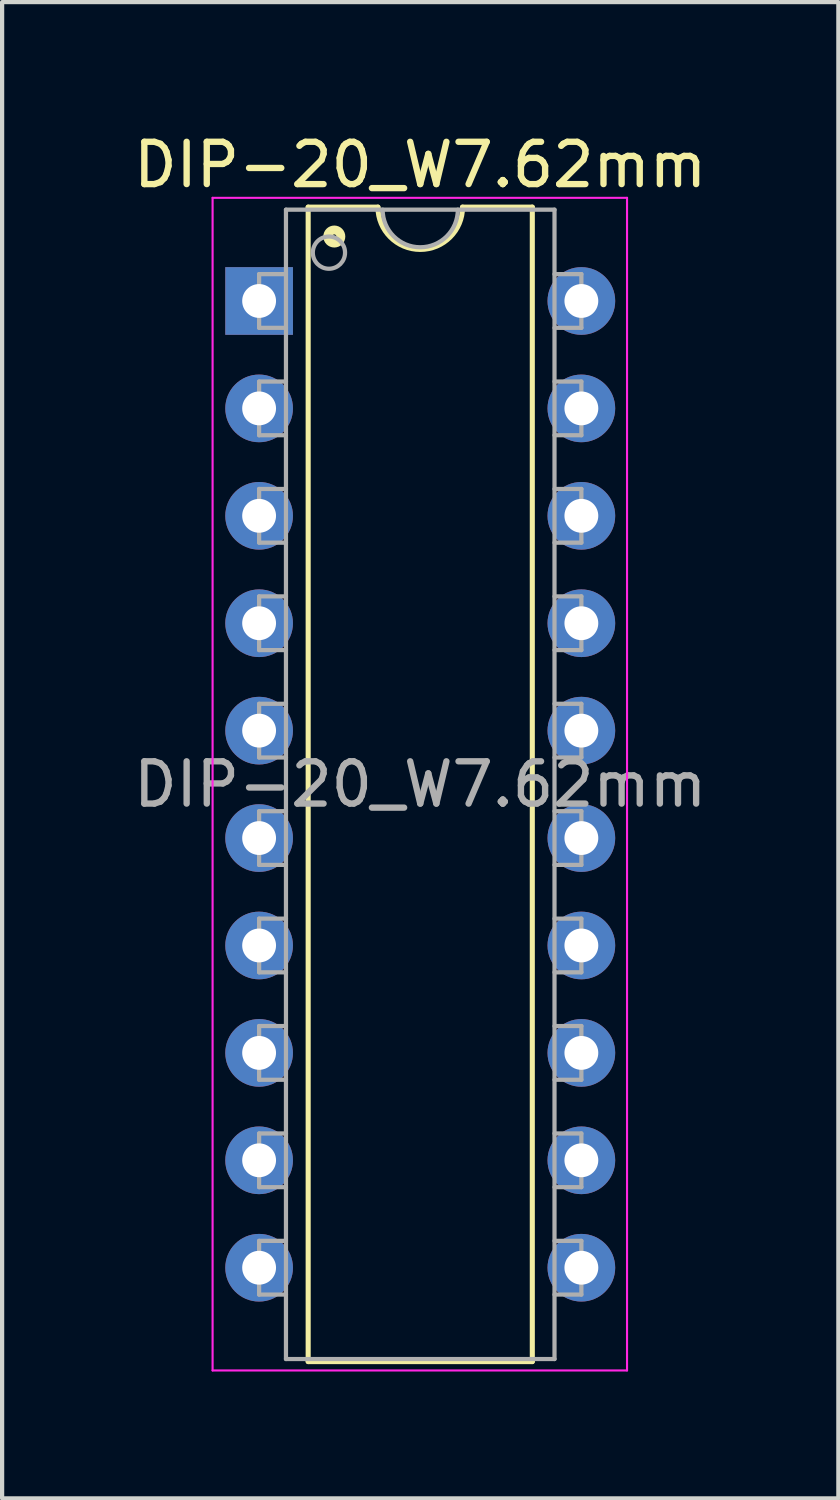
<source format=kicad_pcb>
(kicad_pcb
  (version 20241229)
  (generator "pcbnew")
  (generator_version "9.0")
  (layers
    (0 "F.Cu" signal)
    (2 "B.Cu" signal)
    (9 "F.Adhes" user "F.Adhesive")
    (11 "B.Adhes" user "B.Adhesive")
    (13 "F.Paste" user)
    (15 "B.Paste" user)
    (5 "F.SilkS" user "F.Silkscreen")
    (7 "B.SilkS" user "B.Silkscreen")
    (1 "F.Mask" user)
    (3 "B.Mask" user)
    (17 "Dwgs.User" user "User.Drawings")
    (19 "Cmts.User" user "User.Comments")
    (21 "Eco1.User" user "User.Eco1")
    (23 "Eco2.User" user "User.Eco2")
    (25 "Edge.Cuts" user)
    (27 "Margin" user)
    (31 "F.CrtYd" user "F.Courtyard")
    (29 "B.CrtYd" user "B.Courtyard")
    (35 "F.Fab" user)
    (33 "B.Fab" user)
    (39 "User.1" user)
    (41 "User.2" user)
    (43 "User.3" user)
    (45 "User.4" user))
  (footprint "DIP-20_W7.62mm"
    (layer "F.Cu")
    (at 3.077 4.067)
    (property "Reference" "DIP-20_W7.62mm" (at 3.81 -3.219 0) (layer "F.SilkS") (effects (font (size 1 1) (thickness 0.15))))
    (attr through_hole)
    (fp_line (start 1.16 -2.219) (end 1.16 25.079) (stroke (width 0.12) (type solid)) (layer "F.SilkS"))
    (fp_line (start 1.16 25.079) (end 6.46 25.079) (stroke (width 0.12) (type solid)) (layer "F.SilkS"))
    (fp_line (start 2.81 -2.219) (end 1.16 -2.219) (stroke (width 0.12) (type solid)) (layer "F.SilkS"))
    (fp_line (start 6.46 -2.219) (end 4.81 -2.219) (stroke (width 0.12) (type solid)) (layer "F.SilkS"))
    (fp_line (start 6.46 25.079) (end 6.46 -2.219) (stroke (width 0.12) (type solid)) (layer "F.SilkS"))
    (fp_arc (start 4.81 -2.219) (mid 3.81 -1.219) (end 2.81 -2.219) (stroke (width 0.12) (type solid)) (layer "F.SilkS"))
    (fp_circle (center 1.778 -1.524) (end 1.828 -1.524) (stroke (width 0.12) (type solid)) (fill no) (layer "F.SilkS"))
    (fp_circle (center 1.778 -1.524) (end 1.903 -1.524) (stroke (width 0.12) (type solid)) (fill no) (layer "F.SilkS"))
    (fp_circle (center 1.778 -1.524) (end 1.978 -1.524) (stroke (width 0.12) (type solid)) (fill no) (layer "F.SilkS"))
    (fp_line (start -1.1 -2.439) (end -1.1 25.289) (stroke (width 0.05) (type solid)) (layer "F.CrtYd"))
    (fp_line (start -1.1 25.289) (end 8.7 25.289) (stroke (width 0.05) (type solid)) (layer "F.CrtYd"))
    (fp_line (start 8.7 -2.439) (end -1.1 -2.439) (stroke (width 0.05) (type solid)) (layer "F.CrtYd"))
    (fp_line (start 8.7 25.289) (end 8.7 -2.439) (stroke (width 0.05) (type solid)) (layer "F.CrtYd"))
    (fp_line (start 0 -0.635) (end 0 0.635) (stroke (width 0.1) (type solid)) (layer "F.Fab"))
    (fp_line (start 0 -0.635) (end 0.635 -0.635) (stroke (width 0.1) (type solid)) (layer "F.Fab"))
    (fp_line (start 0 0.635) (end 0.635 0.635) (stroke (width 0.1) (type solid)) (layer "F.Fab"))
    (fp_line (start 0 1.905) (end 0 3.175) (stroke (width 0.1) (type solid)) (layer "F.Fab"))
    (fp_line (start 0 1.905) (end 0.635 1.905) (stroke (width 0.1) (type solid)) (layer "F.Fab"))
    (fp_line (start 0 3.175) (end 0.635 3.175) (stroke (width 0.1) (type solid)) (layer "F.Fab"))
    (fp_line (start 0 4.445) (end 0 5.715) (stroke (width 0.1) (type solid)) (layer "F.Fab"))
    (fp_line (start 0 4.445) (end 0.635 4.445) (stroke (width 0.1) (type solid)) (layer "F.Fab"))
    (fp_line (start 0 5.715) (end 0.635 5.715) (stroke (width 0.1) (type solid)) (layer "F.Fab"))
    (fp_line (start 0 6.985) (end 0 8.255) (stroke (width 0.1) (type solid)) (layer "F.Fab"))
    (fp_line (start 0 6.985) (end 0.635 6.985) (stroke (width 0.1) (type solid)) (layer "F.Fab"))
    (fp_line (start 0 8.255) (end 0.635 8.255) (stroke (width 0.1) (type solid)) (layer "F.Fab"))
    (fp_line (start 0 9.525) (end 0 10.795) (stroke (width 0.1) (type solid)) (layer "F.Fab"))
    (fp_line (start 0 9.525) (end 0.635 9.525) (stroke (width 0.1) (type solid)) (layer "F.Fab"))
    (fp_line (start 0 10.795) (end 0.635 10.795) (stroke (width 0.1) (type solid)) (layer "F.Fab"))
    (fp_line (start 0 12.065) (end 0 13.335) (stroke (width 0.1) (type solid)) (layer "F.Fab"))
    (fp_line (start 0 12.065) (end 0.635 12.065) (stroke (width 0.1) (type solid)) (layer "F.Fab"))
    (fp_line (start 0 13.335) (end 0.635 13.335) (stroke (width 0.1) (type solid)) (layer "F.Fab"))
    (fp_line (start 0 14.605) (end 0 15.875) (stroke (width 0.1) (type solid)) (layer "F.Fab"))
    (fp_line (start 0 14.605) (end 0.635 14.605) (stroke (width 0.1) (type solid)) (layer "F.Fab"))
    (fp_line (start 0 15.875) (end 0.635 15.875) (stroke (width 0.1) (type solid)) (layer "F.Fab"))
    (fp_line (start 0 17.145) (end 0 18.415) (stroke (width 0.1) (type solid)) (layer "F.Fab"))
    (fp_line (start 0 17.145) (end 0.635 17.145) (stroke (width 0.1) (type solid)) (layer "F.Fab"))
    (fp_line (start 0 18.415) (end 0.635 18.415) (stroke (width 0.1) (type solid)) (layer "F.Fab"))
    (fp_line (start 0 19.685) (end 0 20.955) (stroke (width 0.1) (type solid)) (layer "F.Fab"))
    (fp_line (start 0 19.685) (end 0.635 19.685) (stroke (width 0.1) (type solid)) (layer "F.Fab"))
    (fp_line (start 0 20.955) (end 0.635 20.955) (stroke (width 0.1) (type solid)) (layer "F.Fab"))
    (fp_line (start 0 22.225) (end 0 23.495) (stroke (width 0.1) (type solid)) (layer "F.Fab"))
    (fp_line (start 0 22.225) (end 0.635 22.225) (stroke (width 0.1) (type solid)) (layer "F.Fab"))
    (fp_line (start 0 23.495) (end 0.635 23.495) (stroke (width 0.1) (type solid)) (layer "F.Fab"))
    (fp_line (start 0.635 -2.159) (end 6.985 -2.159) (stroke (width 0.1) (type solid)) (layer "F.Fab"))
    (fp_line (start 0.635 25.019) (end 0.635 -2.159) (stroke (width 0.1) (type solid)) (layer "F.Fab"))
    (fp_line (start 6.985 -2.159) (end 6.985 25.019) (stroke (width 0.1) (type solid)) (layer "F.Fab"))
    (fp_line (start 6.985 25.019) (end 0.635 25.019) (stroke (width 0.1) (type solid)) (layer "F.Fab"))
    (fp_line (start 7.62 -0.635) (end 6.985 -0.635) (stroke (width 0.1) (type solid)) (layer "F.Fab"))
    (fp_line (start 7.62 0.635) (end 6.985 0.635) (stroke (width 0.1) (type solid)) (layer "F.Fab"))
    (fp_line (start 7.62 0.635) (end 7.62 -0.635) (stroke (width 0.1) (type solid)) (layer "F.Fab"))
    (fp_line (start 7.62 1.905) (end 6.985 1.905) (stroke (width 0.1) (type solid)) (layer "F.Fab"))
    (fp_line (start 7.62 3.175) (end 6.985 3.175) (stroke (width 0.1) (type solid)) (layer "F.Fab"))
    (fp_line (start 7.62 3.175) (end 7.62 1.905) (stroke (width 0.1) (type solid)) (layer "F.Fab"))
    (fp_line (start 7.62 4.445) (end 6.985 4.445) (stroke (width 0.1) (type solid)) (layer "F.Fab"))
    (fp_line (start 7.62 5.715) (end 6.985 5.715) (stroke (width 0.1) (type solid)) (layer "F.Fab"))
    (fp_line (start 7.62 5.715) (end 7.62 4.445) (stroke (width 0.1) (type solid)) (layer "F.Fab"))
    (fp_line (start 7.62 6.985) (end 6.985 6.985) (stroke (width 0.1) (type solid)) (layer "F.Fab"))
    (fp_line (start 7.62 8.255) (end 6.985 8.255) (stroke (width 0.1) (type solid)) (layer "F.Fab"))
    (fp_line (start 7.62 8.255) (end 7.62 6.985) (stroke (width 0.1) (type solid)) (layer "F.Fab"))
    (fp_line (start 7.62 9.525) (end 6.985 9.525) (stroke (width 0.1) (type solid)) (layer "F.Fab"))
    (fp_line (start 7.62 10.795) (end 6.985 10.795) (stroke (width 0.1) (type solid)) (layer "F.Fab"))
    (fp_line (start 7.62 10.795) (end 7.62 9.525) (stroke (width 0.1) (type solid)) (layer "F.Fab"))
    (fp_line (start 7.62 12.065) (end 6.985 12.065) (stroke (width 0.1) (type solid)) (layer "F.Fab"))
    (fp_line (start 7.62 13.335) (end 6.985 13.335) (stroke (width 0.1) (type solid)) (layer "F.Fab"))
    (fp_line (start 7.62 13.335) (end 7.62 12.065) (stroke (width 0.1) (type solid)) (layer "F.Fab"))
    (fp_line (start 7.62 14.605) (end 6.985 14.605) (stroke (width 0.1) (type solid)) (layer "F.Fab"))
    (fp_line (start 7.62 15.875) (end 6.985 15.875) (stroke (width 0.1) (type solid)) (layer "F.Fab"))
    (fp_line (start 7.62 15.875) (end 7.62 14.605) (stroke (width 0.1) (type solid)) (layer "F.Fab"))
    (fp_line (start 7.62 17.145) (end 6.985 17.145) (stroke (width 0.1) (type solid)) (layer "F.Fab"))
    (fp_line (start 7.62 18.415) (end 6.985 18.415) (stroke (width 0.1) (type solid)) (layer "F.Fab"))
    (fp_line (start 7.62 18.415) (end 7.62 17.145) (stroke (width 0.1) (type solid)) (layer "F.Fab"))
    (fp_line (start 7.62 19.685) (end 6.985 19.685) (stroke (width 0.1) (type solid)) (layer "F.Fab"))
    (fp_line (start 7.62 20.955) (end 6.985 20.955) (stroke (width 0.1) (type solid)) (layer "F.Fab"))
    (fp_line (start 7.62 20.955) (end 7.62 19.685) (stroke (width 0.1) (type solid)) (layer "F.Fab"))
    (fp_line (start 7.62 22.225) (end 6.985 22.225) (stroke (width 0.1) (type solid)) (layer "F.Fab"))
    (fp_line (start 7.62 23.495) (end 6.985 23.495) (stroke (width 0.1) (type solid)) (layer "F.Fab"))
    (fp_line (start 7.62 23.495) (end 7.62 22.225) (stroke (width 0.1) (type solid)) (layer "F.Fab"))
    (fp_arc (start 4.699 -2.159) (mid 3.81 -1.27) (end 2.921 -2.159) (stroke (width 0.1) (type solid)) (layer "F.Fab"))
    (fp_circle (center 1.651 -1.143) (end 2.032 -1.143) (stroke (width 0.1) (type solid)) (fill no) (layer "F.Fab"))
    (fp_text user "${REFERENCE}" (at 3.81 11.43 0) (layer "F.Fab") (effects (font (size 1 1) (thickness 0.15))))
    (pad "1" thru_hole rect (at 0 0) (size 1.6 1.6) (drill 0.8) (layers "*.Cu" "*.Mask"))
    (pad "2" thru_hole oval (at 0 2.54) (size 1.6 1.6) (drill 0.8) (layers "*.Cu" "*.Mask"))
    (pad "3" thru_hole oval (at 0 5.08) (size 1.6 1.6) (drill 0.8) (layers "*.Cu" "*.Mask"))
    (pad "4" thru_hole oval (at 0 7.62) (size 1.6 1.6) (drill 0.8) (layers "*.Cu" "*.Mask"))
    (pad "5" thru_hole oval (at 0 10.16) (size 1.6 1.6) (drill 0.8) (layers "*.Cu" "*.Mask"))
    (pad "6" thru_hole oval (at 0 12.7) (size 1.6 1.6) (drill 0.8) (layers "*.Cu" "*.Mask"))
    (pad "7" thru_hole oval (at 0 15.24) (size 1.6 1.6) (drill 0.8) (layers "*.Cu" "*.Mask"))
    (pad "8" thru_hole oval (at 0 17.78) (size 1.6 1.6) (drill 0.8) (layers "*.Cu" "*.Mask"))
    (pad "9" thru_hole oval (at 0 20.32) (size 1.6 1.6) (drill 0.8) (layers "*.Cu" "*.Mask"))
    (pad "10" thru_hole oval (at 0 22.86) (size 1.6 1.6) (drill 0.8) (layers "*.Cu" "*.Mask"))
    (pad "11" thru_hole oval (at 7.62 22.86) (size 1.6 1.6) (drill 0.8) (layers "*.Cu" "*.Mask"))
    (pad "12" thru_hole oval (at 7.62 20.32) (size 1.6 1.6) (drill 0.8) (layers "*.Cu" "*.Mask"))
    (pad "13" thru_hole oval (at 7.62 17.78) (size 1.6 1.6) (drill 0.8) (layers "*.Cu" "*.Mask"))
    (pad "14" thru_hole oval (at 7.62 15.24) (size 1.6 1.6) (drill 0.8) (layers "*.Cu" "*.Mask"))
    (pad "15" thru_hole oval (at 7.62 12.7) (size 1.6 1.6) (drill 0.8) (layers "*.Cu" "*.Mask"))
    (pad "16" thru_hole oval (at 7.62 10.16) (size 1.6 1.6) (drill 0.8) (layers "*.Cu" "*.Mask"))
    (pad "17" thru_hole oval (at 7.62 7.62) (size 1.6 1.6) (drill 0.8) (layers "*.Cu" "*.Mask"))
    (pad "18" thru_hole oval (at 7.62 5.08) (size 1.6 1.6) (drill 0.8) (layers "*.Cu" "*.Mask"))
    (pad "19" thru_hole oval (at 7.62 2.54) (size 1.6 1.6) (drill 0.8) (layers "*.Cu" "*.Mask"))
    (pad "20" thru_hole oval (at 7.62 0) (size 1.6 1.6) (drill 0.8) (layers "*.Cu" "*.Mask")))
  (gr_rect
    (start -3 -3)
    (end 16.774 32.381)
    (stroke (width 0.1) (type default))
    (fill no)
    (layer "Edge.Cuts")))
</source>
